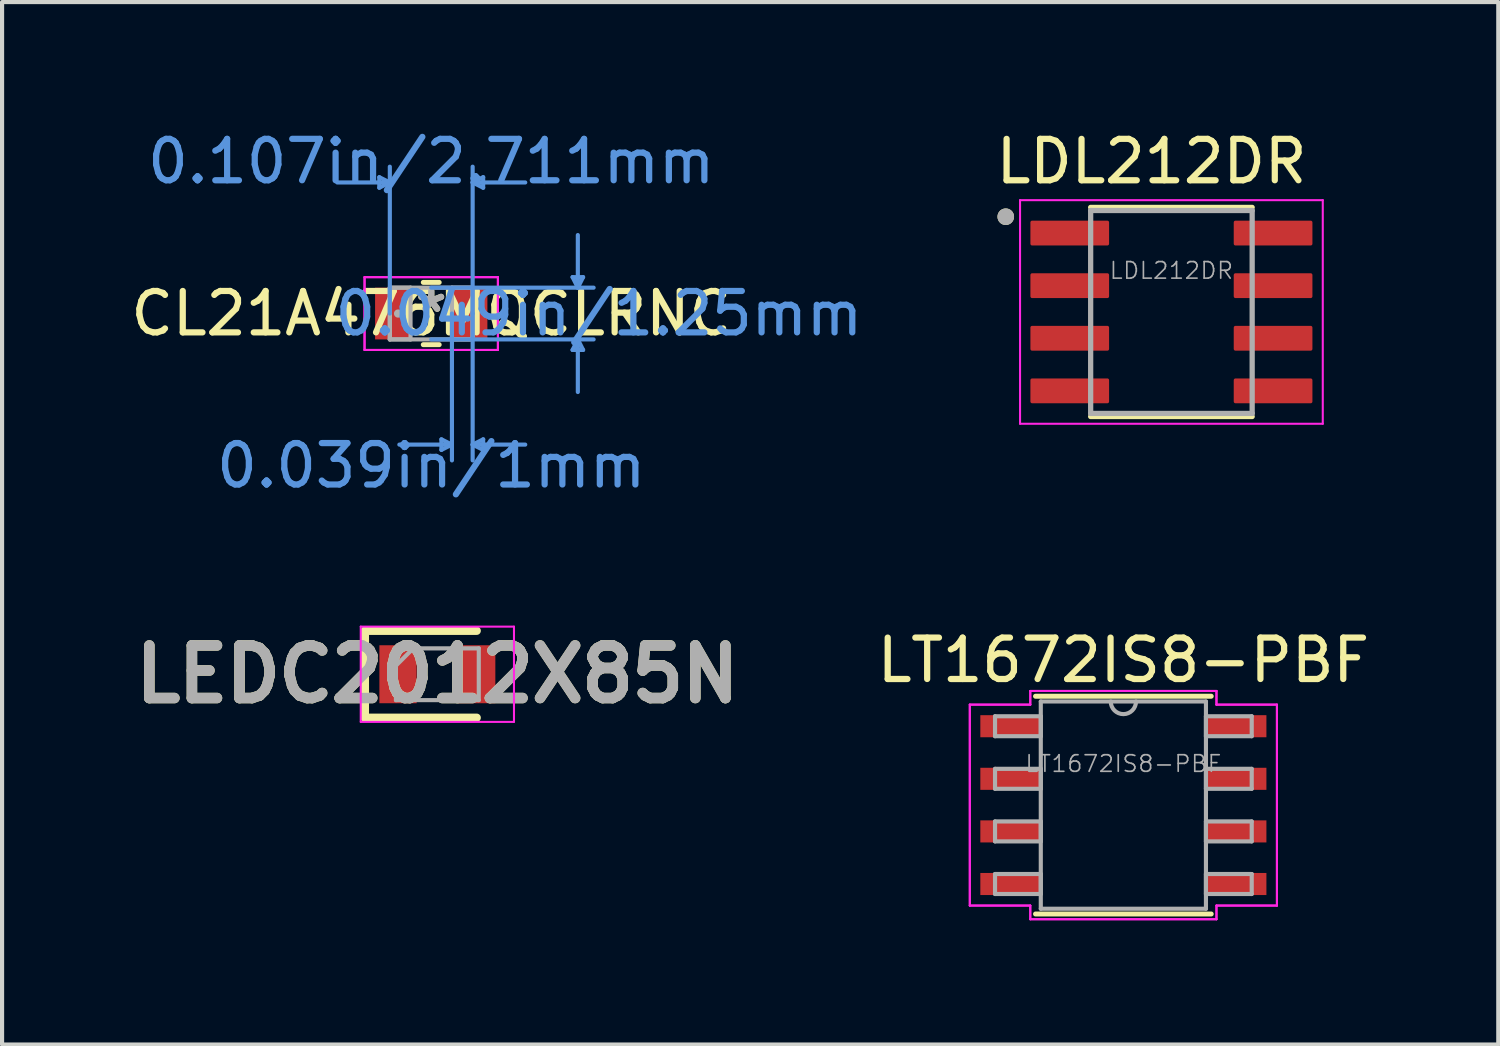
<source format=kicad_pcb>
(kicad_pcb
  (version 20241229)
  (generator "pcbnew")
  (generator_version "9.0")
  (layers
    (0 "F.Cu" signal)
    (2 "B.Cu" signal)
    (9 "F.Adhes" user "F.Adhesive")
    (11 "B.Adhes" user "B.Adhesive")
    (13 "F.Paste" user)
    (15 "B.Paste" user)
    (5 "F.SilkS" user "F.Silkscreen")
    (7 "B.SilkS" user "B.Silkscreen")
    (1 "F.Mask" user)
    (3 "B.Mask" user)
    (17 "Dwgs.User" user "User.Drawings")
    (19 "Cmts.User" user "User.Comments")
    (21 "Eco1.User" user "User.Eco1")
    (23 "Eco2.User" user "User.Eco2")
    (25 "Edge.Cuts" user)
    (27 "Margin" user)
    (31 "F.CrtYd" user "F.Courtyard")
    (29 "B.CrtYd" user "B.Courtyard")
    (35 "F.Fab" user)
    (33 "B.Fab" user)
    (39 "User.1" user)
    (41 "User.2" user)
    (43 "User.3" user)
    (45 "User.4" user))
  (footprint "CL21A476MQCLRNC"
    (layer "F.Cu")
    (at 7.363 4.521)
    (property "Reference" "CL21A476MQCLRNC" (at 0 0 0) (layer "F.SilkS") (effects (font (size 1 1) (thickness 0.15))))
    (attr through_hole)
    (fp_line (start -0.192 0.752) (end 0.192 0.752) (stroke (width 0.12) (type solid)) (layer "F.SilkS"))
    (fp_line (start 0.192 -0.752) (end -0.192 -0.752) (stroke (width 0.12) (type solid)) (layer "F.SilkS"))
    (fp_line (start -1.254 -3.292) (end -1.254 -3.038) (stroke (width 0.1) (type solid)) (layer "Cmts.User"))
    (fp_line (start -1 -3.165) (end -2.27 -3.165) (stroke (width 0.1) (type solid)) (layer "Cmts.User"))
    (fp_line (start -1 -3.165) (end -1.254 -3.292) (stroke (width 0.1) (type solid)) (layer "Cmts.User"))
    (fp_line (start -1 -3.165) (end -1.254 -3.038) (stroke (width 0.1) (type solid)) (layer "Cmts.User"))
    (fp_line (start -1 0) (end -1 -3.546) (stroke (width 0.1) (type solid)) (layer "Cmts.User"))
    (fp_line (start 0 -0.625) (end 3.921 -0.625) (stroke (width 0.1) (type solid)) (layer "Cmts.User"))
    (fp_line (start 0 0.625) (end 3.921 0.625) (stroke (width 0.1) (type solid)) (layer "Cmts.User"))
    (fp_line (start 0.246 3.038) (end 0.246 3.292) (stroke (width 0.1) (type solid)) (layer "Cmts.User"))
    (fp_line (start 0.5 0) (end 0.5 3.546) (stroke (width 0.1) (type solid)) (layer "Cmts.User"))
    (fp_line (start 0.5 3.165) (end -0.77 3.165) (stroke (width 0.1) (type solid)) (layer "Cmts.User"))
    (fp_line (start 0.5 3.165) (end 0.246 3.038) (stroke (width 0.1) (type solid)) (layer "Cmts.User"))
    (fp_line (start 0.5 3.165) (end 0.246 3.292) (stroke (width 0.1) (type solid)) (layer "Cmts.User"))
    (fp_line (start 1 -3.165) (end 1.254 -3.292) (stroke (width 0.1) (type solid)) (layer "Cmts.User"))
    (fp_line (start 1 -3.165) (end 1.254 -3.038) (stroke (width 0.1) (type solid)) (layer "Cmts.User"))
    (fp_line (start 1 -3.165) (end 2.27 -3.165) (stroke (width 0.1) (type solid)) (layer "Cmts.User"))
    (fp_line (start 1 0) (end 1 -3.546) (stroke (width 0.1) (type solid)) (layer "Cmts.User"))
    (fp_line (start 1 0) (end 1 3.546) (stroke (width 0.1) (type solid)) (layer "Cmts.User"))
    (fp_line (start 1 3.165) (end 1.254 3.038) (stroke (width 0.1) (type solid)) (layer "Cmts.User"))
    (fp_line (start 1 3.165) (end 1.254 3.292) (stroke (width 0.1) (type solid)) (layer "Cmts.User"))
    (fp_line (start 1 3.165) (end 2.27 3.165) (stroke (width 0.1) (type solid)) (layer "Cmts.User"))
    (fp_line (start 1.254 -3.292) (end 1.254 -3.038) (stroke (width 0.1) (type solid)) (layer "Cmts.User"))
    (fp_line (start 1.254 3.038) (end 1.254 3.292) (stroke (width 0.1) (type solid)) (layer "Cmts.User"))
    (fp_line (start 3.413 -0.879) (end 3.667 -0.879) (stroke (width 0.1) (type solid)) (layer "Cmts.User"))
    (fp_line (start 3.413 0.879) (end 3.667 0.879) (stroke (width 0.1) (type solid)) (layer "Cmts.User"))
    (fp_line (start 3.54 -0.625) (end 3.413 -0.879) (stroke (width 0.1) (type solid)) (layer "Cmts.User"))
    (fp_line (start 3.54 -0.625) (end 3.54 -1.895) (stroke (width 0.1) (type solid)) (layer "Cmts.User"))
    (fp_line (start 3.54 -0.625) (end 3.667 -0.879) (stroke (width 0.1) (type solid)) (layer "Cmts.User"))
    (fp_line (start 3.54 0.625) (end 3.413 0.879) (stroke (width 0.1) (type solid)) (layer "Cmts.User"))
    (fp_line (start 3.54 0.625) (end 3.54 1.895) (stroke (width 0.1) (type solid)) (layer "Cmts.User"))
    (fp_line (start 3.54 0.625) (end 3.667 0.879) (stroke (width 0.1) (type solid)) (layer "Cmts.User"))
    (fp_line (start -1.61 -0.879) (end 1.61 -0.879) (stroke (width 0.05) (type solid)) (layer "F.CrtYd"))
    (fp_line (start -1.61 -0.879) (end 1.61 -0.879) (stroke (width 0.05) (type solid)) (layer "F.CrtYd"))
    (fp_line (start -1.61 0.879) (end -1.61 -0.879) (stroke (width 0.05) (type solid)) (layer "F.CrtYd"))
    (fp_line (start -1.61 0.879) (end -1.61 -0.879) (stroke (width 0.05) (type solid)) (layer "F.CrtYd"))
    (fp_line (start 1.61 -0.879) (end 1.61 0.879) (stroke (width 0.05) (type solid)) (layer "F.CrtYd"))
    (fp_line (start 1.61 -0.879) (end 1.61 0.879) (stroke (width 0.05) (type solid)) (layer "F.CrtYd"))
    (fp_line (start 1.61 0.879) (end -1.61 0.879) (stroke (width 0.05) (type solid)) (layer "F.CrtYd"))
    (fp_line (start 1.61 0.879) (end -1.61 0.879) (stroke (width 0.05) (type solid)) (layer "F.CrtYd"))
    (fp_line (start -1 -0.625) (end -1 0.625) (stroke (width 0.1) (type solid)) (layer "F.Fab"))
    (fp_line (start -1 -0.625) (end -1 0.625) (stroke (width 0.1) (type solid)) (layer "F.Fab"))
    (fp_line (start -1 0.625) (end -0.5 0.625) (stroke (width 0.1) (type solid)) (layer "F.Fab"))
    (fp_line (start -1 0.625) (end 1 0.625) (stroke (width 0.1) (type solid)) (layer "F.Fab"))
    (fp_line (start -0.5 -0.625) (end -1 -0.625) (stroke (width 0.1) (type solid)) (layer "F.Fab"))
    (fp_line (start -0.5 0.625) (end -0.5 -0.625) (stroke (width 0.1) (type solid)) (layer "F.Fab"))
    (fp_line (start 0.5 -0.625) (end 0.5 0.625) (stroke (width 0.1) (type solid)) (layer "F.Fab"))
    (fp_line (start 0.5 0.625) (end 1 0.625) (stroke (width 0.1) (type solid)) (layer "F.Fab"))
    (fp_line (start 1 -0.625) (end -1 -0.625) (stroke (width 0.1) (type solid)) (layer "F.Fab"))
    (fp_line (start 1 -0.625) (end 0.5 -0.625) (stroke (width 0.1) (type solid)) (layer "F.Fab"))
    (fp_line (start 1 0.625) (end 1 -0.625) (stroke (width 0.1) (type solid)) (layer "F.Fab"))
    (fp_line (start 1 0.625) (end 1 -0.625) (stroke (width 0.1) (type solid)) (layer "F.Fab"))
    (fp_circle (center -0.801 0) (end -0.801 0) (stroke (width 0.1) (type solid)) (fill no) (layer "F.Fab"))
    (fp_text user "*" (at 0 0 0) (layer "F.SilkS") (effects (font (size 1 1) (thickness 0.15))))
    (fp_text user "0.049in/1.25mm" (at 4.048 0 0) (layer "Cmts.User") (effects (font (size 1 1) (thickness 0.15))))
    (fp_text user "0.039in/1mm" (at 0 3.673 0) (layer "Cmts.User") (effects (font (size 1 1) (thickness 0.15))))
    (fp_text user "0.107in/2.711mm" (at 0 -3.673 0) (layer "Cmts.User") (effects (font (size 1 1) (thickness 0.15))))
    (fp_text user "*" (at 0 0 0) (layer "F.Fab") (effects (font (size 1 1) (thickness 0.15))))
    (pad "1" smd rect (at -0.928 0) (size 0.856 1.25) (layers "F.Cu" "F.Mask" "F.Paste"))
    (pad "2" smd rect (at 0.928 0) (size 0.856 1.25) (layers "F.Cu" "F.Mask" "F.Paste")))
  (footprint "LEDC2012X85N"
    (layer "F.Cu")
    (at 7.511 13.231)
    (property "Reference" "LEDC2012X85N" (at 0 0 0) (layer "F.SilkS") (effects (font (size 1.27 1.27) (thickness 0.254))))
    (attr smd)
    (fp_line (start -1.75 -1.05) (end -1.75 1.05) (stroke (width 0.2) (type solid)) (layer "F.SilkS"))
    (fp_line (start -1.75 1.05) (end 0.95 1.05) (stroke (width 0.2) (type solid)) (layer "F.SilkS"))
    (fp_line (start 0.95 -1.05) (end -1.75 -1.05) (stroke (width 0.2) (type solid)) (layer "F.SilkS"))
    (fp_line (start -1.85 -1.15) (end 1.85 -1.15) (stroke (width 0.05) (type solid)) (layer "F.CrtYd"))
    (fp_line (start -1.85 1.15) (end -1.85 -1.15) (stroke (width 0.05) (type solid)) (layer "F.CrtYd"))
    (fp_line (start 1.85 -1.15) (end 1.85 1.15) (stroke (width 0.05) (type solid)) (layer "F.CrtYd"))
    (fp_line (start 1.85 1.15) (end -1.85 1.15) (stroke (width 0.05) (type solid)) (layer "F.CrtYd"))
    (fp_line (start -1 -0.625) (end 1 -0.625) (stroke (width 0.1) (type solid)) (layer "F.Fab"))
    (fp_line (start -1 -0.208) (end -0.583 -0.625) (stroke (width 0.1) (type solid)) (layer "F.Fab"))
    (fp_line (start -1 0.625) (end -1 -0.625) (stroke (width 0.1) (type solid)) (layer "F.Fab"))
    (fp_line (start 1 -0.625) (end 1 0.625) (stroke (width 0.1) (type solid)) (layer "F.Fab"))
    (fp_line (start 1 0.625) (end -1 0.625) (stroke (width 0.1) (type solid)) (layer "F.Fab"))
    (fp_text user "${REFERENCE}" (at 0 0 0) (layer "F.Fab") (effects (font (size 1.27 1.27) (thickness 0.254))))
    (pad "1" smd rect (at -0.95 0) (size 0.9 1.4) (layers "F.Cu" "F.Mask" "F.Paste"))
    (pad "2" smd rect (at 0.95 0) (size 0.9 1.4) (layers "F.Cu" "F.Mask" "F.Paste")))
  (footprint "LDL212DR"
    (layer "F.Cu")
    (at 25.236 4.483)
    (property "Reference" "LDL212DR" (at -0.48 -3.635 0) (layer "F.SilkS") (effects (font (size 1 1) (thickness 0.15))))
    (attr through_hole)
    (fp_line (start -1.95 -2.525) (end 1.95 -2.525) (stroke (width 0.127) (type solid)) (layer "F.SilkS"))
    (fp_line (start -1.95 2.525) (end 1.95 2.525) (stroke (width 0.127) (type solid)) (layer "F.SilkS"))
    (fp_circle (center -4 -2.3) (end -3.9 -2.3) (stroke (width 0.2) (type solid)) (fill no) (layer "F.SilkS"))
    (fp_line (start -3.655 -2.7) (end -3.655 2.7) (stroke (width 0.05) (type solid)) (layer "F.CrtYd"))
    (fp_line (start -3.655 -2.7) (end 3.655 -2.7) (stroke (width 0.05) (type solid)) (layer "F.CrtYd"))
    (fp_line (start -3.655 2.7) (end 3.655 2.7) (stroke (width 0.05) (type solid)) (layer "F.CrtYd"))
    (fp_line (start 3.655 -2.7) (end 3.655 2.7) (stroke (width 0.05) (type solid)) (layer "F.CrtYd"))
    (fp_line (start -1.95 -2.45) (end -1.95 2.45) (stroke (width 0.127) (type solid)) (layer "F.Fab"))
    (fp_line (start -1.95 -2.45) (end 1.95 -2.45) (stroke (width 0.127) (type solid)) (layer "F.Fab"))
    (fp_line (start -1.95 2.45) (end 1.95 2.45) (stroke (width 0.127) (type solid)) (layer "F.Fab"))
    (fp_line (start 1.95 -2.45) (end 1.95 2.45) (stroke (width 0.127) (type solid)) (layer "F.Fab"))
    (fp_circle (center -4 -2.3) (end -3.9 -2.3) (stroke (width 0.2) (type solid)) (fill no) (layer "F.Fab"))
    (fp_text user "${REFERENCE}" (at 0 -1 0) (unlocked yes) (layer "F.Fab") (effects (font (size 0.4 0.4) (thickness 0.04))))
    (pad "1" smd roundrect (at -2.455 -1.905) (size 1.9 0.6) (layers "F.Cu" "F.Mask" "F.Paste") (roundrect_rratio 0.07))
    (pad "2" smd roundrect (at -2.455 -0.635) (size 1.9 0.6) (layers "F.Cu" "F.Mask" "F.Paste") (roundrect_rratio 0.07))
    (pad "3" smd roundrect (at -2.455 0.635) (size 1.9 0.6) (layers "F.Cu" "F.Mask" "F.Paste") (roundrect_rratio 0.07))
    (pad "4" smd roundrect (at -2.455 1.905) (size 1.9 0.6) (layers "F.Cu" "F.Mask" "F.Paste") (roundrect_rratio 0.07))
    (pad "5" smd roundrect (at 2.455 1.905) (size 1.9 0.6) (layers "F.Cu" "F.Mask" "F.Paste") (roundrect_rratio 0.07))
    (pad "6" smd roundrect (at 2.455 0.635) (size 1.9 0.6) (layers "F.Cu" "F.Mask" "F.Paste") (roundrect_rratio 0.07))
    (pad "7" smd roundrect (at 2.455 -0.635) (size 1.9 0.6) (layers "F.Cu" "F.Mask" "F.Paste") (roundrect_rratio 0.07))
    (pad "8" smd roundrect (at 2.455 -1.905) (size 1.9 0.6) (layers "F.Cu" "F.Mask" "F.Paste") (roundrect_rratio 0.07)))
  (footprint "LT1672IS8-PBF"
    (layer "F.Cu")
    (at 24.076 16.391)
    (property "Reference" "LT1672IS8-PBF" (at 0 -3.5 0) (layer "F.SilkS") (effects (font (size 1 1) (thickness 0.15))))
    (attr through_hole)
    (fp_line (start -2.121 2.629) (end 2.121 2.629) (stroke (width 0.12) (type solid)) (layer "F.SilkS"))
    (fp_line (start 2.121 -2.629) (end -2.121 -2.629) (stroke (width 0.12) (type solid)) (layer "F.SilkS"))
    (fp_line (start -3.708 -2.426) (end -2.248 -2.426) (stroke (width 0.05) (type solid)) (layer "F.CrtYd"))
    (fp_line (start -3.708 -2.426) (end -2.248 -2.426) (stroke (width 0.05) (type solid)) (layer "F.CrtYd"))
    (fp_line (start -3.708 2.426) (end -3.708 -2.426) (stroke (width 0.05) (type solid)) (layer "F.CrtYd"))
    (fp_line (start -3.708 2.426) (end -3.708 -2.426) (stroke (width 0.05) (type solid)) (layer "F.CrtYd"))
    (fp_line (start -3.708 2.426) (end -2.248 2.426) (stroke (width 0.05) (type solid)) (layer "F.CrtYd"))
    (fp_line (start -2.248 -2.756) (end 2.248 -2.756) (stroke (width 0.05) (type solid)) (layer "F.CrtYd"))
    (fp_line (start -2.248 -2.756) (end 2.248 -2.756) (stroke (width 0.05) (type solid)) (layer "F.CrtYd"))
    (fp_line (start -2.248 -2.426) (end -2.248 -2.756) (stroke (width 0.05) (type solid)) (layer "F.CrtYd"))
    (fp_line (start -2.248 -2.426) (end -2.248 -2.756) (stroke (width 0.05) (type solid)) (layer "F.CrtYd"))
    (fp_line (start -2.248 2.426) (end -3.708 2.426) (stroke (width 0.05) (type solid)) (layer "F.CrtYd"))
    (fp_line (start -2.248 2.756) (end -2.248 2.426) (stroke (width 0.05) (type solid)) (layer "F.CrtYd"))
    (fp_line (start -2.248 2.756) (end -2.248 2.426) (stroke (width 0.05) (type solid)) (layer "F.CrtYd"))
    (fp_line (start 2.248 -2.756) (end 2.248 -2.426) (stroke (width 0.05) (type solid)) (layer "F.CrtYd"))
    (fp_line (start 2.248 -2.756) (end 2.248 -2.426) (stroke (width 0.05) (type solid)) (layer "F.CrtYd"))
    (fp_line (start 2.248 -2.426) (end 3.708 -2.426) (stroke (width 0.05) (type solid)) (layer "F.CrtYd"))
    (fp_line (start 2.248 2.426) (end 2.248 2.756) (stroke (width 0.05) (type solid)) (layer "F.CrtYd"))
    (fp_line (start 2.248 2.426) (end 2.248 2.756) (stroke (width 0.05) (type solid)) (layer "F.CrtYd"))
    (fp_line (start 2.248 2.756) (end -2.248 2.756) (stroke (width 0.05) (type solid)) (layer "F.CrtYd"))
    (fp_line (start 2.248 2.756) (end -2.248 2.756) (stroke (width 0.05) (type solid)) (layer "F.CrtYd"))
    (fp_line (start 3.708 -2.426) (end 2.248 -2.426) (stroke (width 0.05) (type solid)) (layer "F.CrtYd"))
    (fp_line (start 3.708 -2.426) (end 3.708 2.426) (stroke (width 0.05) (type solid)) (layer "F.CrtYd"))
    (fp_line (start 3.708 -2.426) (end 3.708 2.426) (stroke (width 0.05) (type solid)) (layer "F.CrtYd"))
    (fp_line (start 3.708 2.426) (end 2.248 2.426) (stroke (width 0.05) (type solid)) (layer "F.CrtYd"))
    (fp_line (start 3.708 2.426) (end 2.248 2.426) (stroke (width 0.05) (type solid)) (layer "F.CrtYd"))
    (fp_line (start -3.099 -2.146) (end -3.099 -1.664) (stroke (width 0.1) (type solid)) (layer "F.Fab"))
    (fp_line (start -3.099 -1.664) (end -1.994 -1.664) (stroke (width 0.1) (type solid)) (layer "F.Fab"))
    (fp_line (start -3.099 -0.876) (end -3.099 -0.394) (stroke (width 0.1) (type solid)) (layer "F.Fab"))
    (fp_line (start -3.099 -0.394) (end -1.994 -0.394) (stroke (width 0.1) (type solid)) (layer "F.Fab"))
    (fp_line (start -3.099 0.394) (end -3.099 0.876) (stroke (width 0.1) (type solid)) (layer "F.Fab"))
    (fp_line (start -3.099 0.876) (end -1.994 0.876) (stroke (width 0.1) (type solid)) (layer "F.Fab"))
    (fp_line (start -3.099 1.664) (end -3.099 2.146) (stroke (width 0.1) (type solid)) (layer "F.Fab"))
    (fp_line (start -3.099 2.146) (end -1.994 2.146) (stroke (width 0.1) (type solid)) (layer "F.Fab"))
    (fp_line (start -1.994 -2.502) (end -1.994 2.502) (stroke (width 0.1) (type solid)) (layer "F.Fab"))
    (fp_line (start -1.994 -2.146) (end -3.099 -2.146) (stroke (width 0.1) (type solid)) (layer "F.Fab"))
    (fp_line (start -1.994 -1.664) (end -1.994 -2.146) (stroke (width 0.1) (type solid)) (layer "F.Fab"))
    (fp_line (start -1.994 -0.876) (end -3.099 -0.876) (stroke (width 0.1) (type solid)) (layer "F.Fab"))
    (fp_line (start -1.994 -0.394) (end -1.994 -0.876) (stroke (width 0.1) (type solid)) (layer "F.Fab"))
    (fp_line (start -1.994 0.394) (end -3.099 0.394) (stroke (width 0.1) (type solid)) (layer "F.Fab"))
    (fp_line (start -1.994 0.876) (end -1.994 0.394) (stroke (width 0.1) (type solid)) (layer "F.Fab"))
    (fp_line (start -1.994 1.664) (end -3.099 1.664) (stroke (width 0.1) (type solid)) (layer "F.Fab"))
    (fp_line (start -1.994 2.146) (end -1.994 1.664) (stroke (width 0.1) (type solid)) (layer "F.Fab"))
    (fp_line (start -1.994 2.502) (end 1.994 2.502) (stroke (width 0.1) (type solid)) (layer "F.Fab"))
    (fp_line (start 1.994 -2.502) (end -1.994 -2.502) (stroke (width 0.1) (type solid)) (layer "F.Fab"))
    (fp_line (start 1.994 -2.146) (end 1.994 -1.664) (stroke (width 0.1) (type solid)) (layer "F.Fab"))
    (fp_line (start 1.994 -1.664) (end 3.099 -1.664) (stroke (width 0.1) (type solid)) (layer "F.Fab"))
    (fp_line (start 1.994 -0.876) (end 1.994 -0.394) (stroke (width 0.1) (type solid)) (layer "F.Fab"))
    (fp_line (start 1.994 -0.394) (end 3.099 -0.394) (stroke (width 0.1) (type solid)) (layer "F.Fab"))
    (fp_line (start 1.994 0.394) (end 1.994 0.876) (stroke (width 0.1) (type solid)) (layer "F.Fab"))
    (fp_line (start 1.994 0.876) (end 3.099 0.876) (stroke (width 0.1) (type solid)) (layer "F.Fab"))
    (fp_line (start 1.994 1.664) (end 1.994 2.146) (stroke (width 0.1) (type solid)) (layer "F.Fab"))
    (fp_line (start 1.994 2.146) (end 3.099 2.146) (stroke (width 0.1) (type solid)) (layer "F.Fab"))
    (fp_line (start 1.994 2.502) (end 1.994 -2.502) (stroke (width 0.1) (type solid)) (layer "F.Fab"))
    (fp_line (start 3.099 -2.146) (end 1.994 -2.146) (stroke (width 0.1) (type solid)) (layer "F.Fab"))
    (fp_line (start 3.099 -1.664) (end 3.099 -2.146) (stroke (width 0.1) (type solid)) (layer "F.Fab"))
    (fp_line (start 3.099 -0.876) (end 1.994 -0.876) (stroke (width 0.1) (type solid)) (layer "F.Fab"))
    (fp_line (start 3.099 -0.394) (end 3.099 -0.876) (stroke (width 0.1) (type solid)) (layer "F.Fab"))
    (fp_line (start 3.099 0.394) (end 1.994 0.394) (stroke (width 0.1) (type solid)) (layer "F.Fab"))
    (fp_line (start 3.099 0.876) (end 3.099 0.394) (stroke (width 0.1) (type solid)) (layer "F.Fab"))
    (fp_line (start 3.099 1.664) (end 1.994 1.664) (stroke (width 0.1) (type solid)) (layer "F.Fab"))
    (fp_line (start 3.099 2.146) (end 3.099 1.664) (stroke (width 0.1) (type solid)) (layer "F.Fab"))
    (fp_arc (start 0.3048 -2.5019) (mid 0 -2.1971) (end -0.3048 -2.5019) (stroke (width 0.1) (type solid)) (layer "F.Fab"))
    (fp_text user "${REFERENCE}" (at 0 -1 0) (unlocked yes) (layer "F.Fab") (effects (font (size 0.4 0.4) (thickness 0.04))))
    (pad "1" smd rect (at -2.724 -1.905) (size 1.46 0.533) (layers "F.Cu" "F.Mask" "F.Paste"))
    (pad "2" smd rect (at -2.724 -0.635) (size 1.46 0.533) (layers "F.Cu" "F.Mask" "F.Paste"))
    (pad "3" smd rect (at -2.724 0.635) (size 1.46 0.533) (layers "F.Cu" "F.Mask" "F.Paste"))
    (pad "4" smd rect (at -2.724 1.905) (size 1.46 0.533) (layers "F.Cu" "F.Mask" "F.Paste"))
    (pad "5" smd rect (at 2.724 1.905) (size 1.46 0.533) (layers "F.Cu" "F.Mask" "F.Paste"))
    (pad "6" smd rect (at 2.724 0.635) (size 1.46 0.533) (layers "F.Cu" "F.Mask" "F.Paste"))
    (pad "7" smd rect (at 2.724 -0.635) (size 1.46 0.533) (layers "F.Cu" "F.Mask" "F.Paste"))
    (pad "8" smd rect (at 2.724 -1.905) (size 1.46 0.533) (layers "F.Cu" "F.Mask" "F.Paste")))
  (gr_rect
    (start -3 -3)
    (end 33.129 22.172)
    (stroke (width 0.1) (type default))
    (fill no)
    (layer "Edge.Cuts")))
</source>
